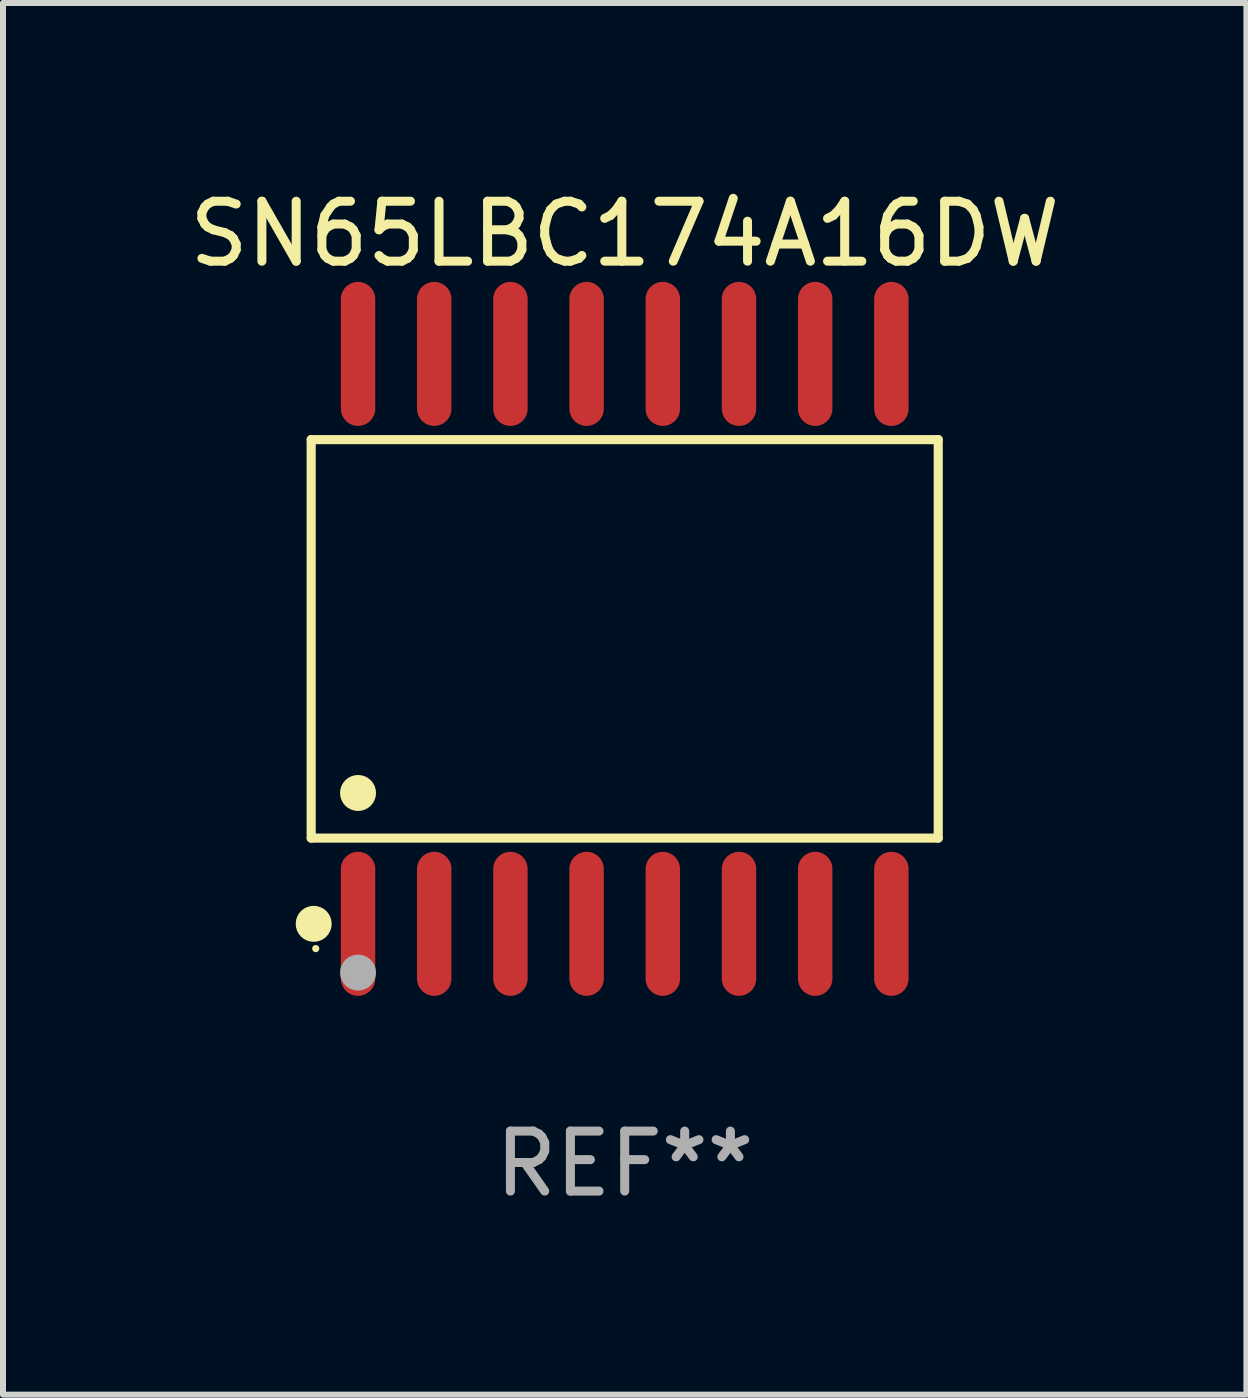
<source format=kicad_pcb>
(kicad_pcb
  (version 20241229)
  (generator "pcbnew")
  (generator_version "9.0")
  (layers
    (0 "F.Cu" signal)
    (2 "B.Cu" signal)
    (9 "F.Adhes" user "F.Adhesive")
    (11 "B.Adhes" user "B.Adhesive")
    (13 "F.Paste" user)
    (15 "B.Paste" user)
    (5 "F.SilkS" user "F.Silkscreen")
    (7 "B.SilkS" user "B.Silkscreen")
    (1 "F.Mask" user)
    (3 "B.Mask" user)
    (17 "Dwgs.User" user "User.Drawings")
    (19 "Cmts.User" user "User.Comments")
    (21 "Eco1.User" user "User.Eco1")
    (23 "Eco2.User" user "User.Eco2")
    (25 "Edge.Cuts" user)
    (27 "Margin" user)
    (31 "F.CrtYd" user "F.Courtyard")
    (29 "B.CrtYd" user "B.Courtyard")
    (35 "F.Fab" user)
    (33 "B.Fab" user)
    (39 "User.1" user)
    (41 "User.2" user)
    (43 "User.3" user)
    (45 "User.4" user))
  (footprint "SN65LBC174A16DW"
    (layer "F.Cu")
    (at 7.363 7.599)
    (property "Reference" "SN65LBC174A16DW" (at 0 -6.75 0) (layer "F.SilkS") (effects (font (size 1 1) (thickness 0.15))))
    (attr through_hole)
    (fp_line (start -5.226 -3.321) (end 5.226 -3.321) (stroke (width 0.152) (type solid)) (layer "F.SilkS"))
    (fp_line (start -5.226 3.321) (end -5.226 -3.321) (stroke (width 0.152) (type solid)) (layer "F.SilkS"))
    (fp_line (start 5.226 -3.321) (end 5.226 3.321) (stroke (width 0.152) (type solid)) (layer "F.SilkS"))
    (fp_line (start 5.226 3.321) (end -5.226 3.321) (stroke (width 0.152) (type solid)) (layer "F.SilkS"))
    (fp_circle (center -5.184 4.75) (end -5.034 4.75) (stroke (width 0.3) (type solid)) (fill no) (layer "F.SilkS"))
    (fp_circle (center -5.15 5.163) (end -5.12 5.163) (stroke (width 0.06) (type solid)) (fill no) (layer "F.SilkS"))
    (fp_circle (center -4.445 2.569) (end -4.295 2.569) (stroke (width 0.3) (type solid)) (fill no) (layer "F.SilkS"))
    (fp_circle (center -4.445 5.563) (end -4.295 5.563) (stroke (width 0.3) (type solid)) (fill no) (layer "F.Fab"))
    (fp_text user "REF**" (at 0 8.75 0) (layer "F.Fab") (effects (font (size 1 1) (thickness 0.15))))
    (pad "1" smd oval (at -4.445 4.75) (size 0.574 2.401) (layers "F.Cu" "F.Mask" "F.Paste"))
    (pad "2" smd oval (at -3.175 4.75) (size 0.574 2.401) (layers "F.Cu" "F.Mask" "F.Paste"))
    (pad "3" smd oval (at -1.905 4.75) (size 0.574 2.401) (layers "F.Cu" "F.Mask" "F.Paste"))
    (pad "4" smd oval (at -0.635 4.75) (size 0.574 2.401) (layers "F.Cu" "F.Mask" "F.Paste"))
    (pad "5" smd oval (at 0.635 4.75) (size 0.574 2.401) (layers "F.Cu" "F.Mask" "F.Paste"))
    (pad "6" smd oval (at 1.905 4.75) (size 0.574 2.401) (layers "F.Cu" "F.Mask" "F.Paste"))
    (pad "7" smd oval (at 3.175 4.75) (size 0.574 2.401) (layers "F.Cu" "F.Mask" "F.Paste"))
    (pad "8" smd oval (at 4.445 4.75) (size 0.574 2.401) (layers "F.Cu" "F.Mask" "F.Paste"))
    (pad "9" smd oval (at 4.445 -4.75) (size 0.574 2.401) (layers "F.Cu" "F.Mask" "F.Paste"))
    (pad "10" smd oval (at 3.175 -4.75) (size 0.574 2.401) (layers "F.Cu" "F.Mask" "F.Paste"))
    (pad "11" smd oval (at 1.905 -4.75) (size 0.574 2.401) (layers "F.Cu" "F.Mask" "F.Paste"))
    (pad "12" smd oval (at 0.635 -4.75) (size 0.574 2.401) (layers "F.Cu" "F.Mask" "F.Paste"))
    (pad "13" smd oval (at -0.635 -4.75) (size 0.574 2.401) (layers "F.Cu" "F.Mask" "F.Paste"))
    (pad "14" smd oval (at -1.905 -4.75) (size 0.574 2.401) (layers "F.Cu" "F.Mask" "F.Paste"))
    (pad "15" smd oval (at -3.175 -4.75) (size 0.574 2.401) (layers "F.Cu" "F.Mask" "F.Paste"))
    (pad "16" smd oval (at -4.445 -4.75) (size 0.574 2.401) (layers "F.Cu" "F.Mask" "F.Paste")))
  (gr_rect
    (start -3 -3)
    (end 17.726 20.197)
    (stroke (width 0.1) (type default))
    (fill no)
    (layer "Edge.Cuts")))
</source>
